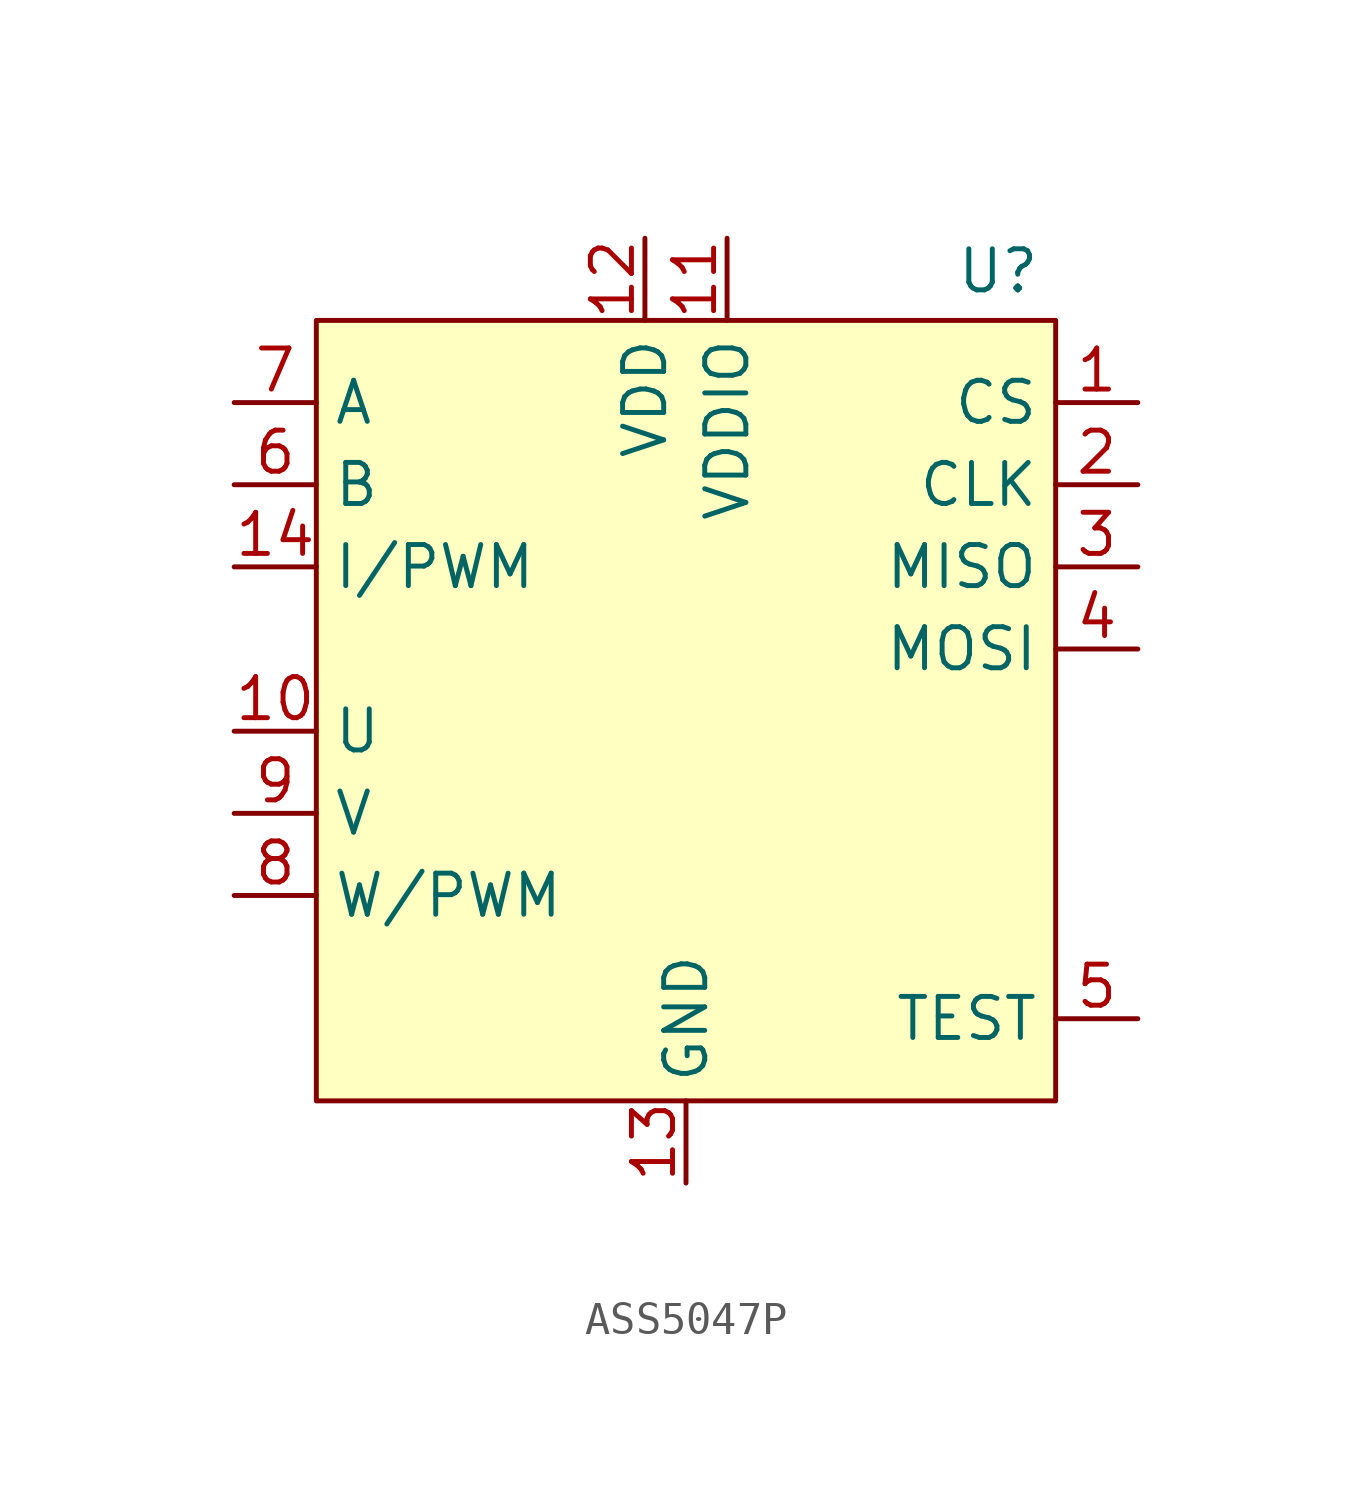
<source format=kicad_sym>
(kicad_symbol_lib
  (version 20231120)
  (generator "kicad_symbol_editor")
  (generator_version "8.0")
  (symbol "ASS5047P"
    (property "Reference" "U"
      (at 9.652 0.254 0)
      (effects (font (size 1.27 1.27))))
    (property "Value" ""
      (at 0 0 0)
      (effects (font (size 1.27 1.27))))
    (symbol "ASS5047P_1_1"
      (rectangle (start -11.43 -1.27) (end 11.43 -25.4) (stroke (width 0) (type default)) (fill (type background)))
      (pin input line (at 13.97 -3.81 180) (length 2.54) (name "CS" (effects (font (size 1.27 1.27)))) (number "1" (effects (font (size 1.27 1.27)))))
      (pin bidirectional line (at -13.97 -13.97 0) (length 2.54) (name "U" (effects (font (size 1.27 1.27)))) (number "10" (effects (font (size 1.27 1.27)))))
      (pin power_in line (at 1.27 1.27 270) (length 2.54) (name "VDDIO" (effects (font (size 1.27 1.27)))) (number "11" (effects (font (size 1.27 1.27)))))
      (pin power_in line (at -1.27 1.27 270) (length 2.54) (name "VDD" (effects (font (size 1.27 1.27)))) (number "12" (effects (font (size 1.27 1.27)))))
      (pin passive line (at 0 -27.94 90) (length 2.54) (name "GND" (effects (font (size 1.27 1.27)))) (number "13" (effects (font (size 1.27 1.27)))))
      (pin output line (at -13.97 -8.89 0) (length 2.54) (name "I/PWM" (effects (font (size 1.27 1.27)))) (number "14" (effects (font (size 1.27 1.27)))))
      (pin bidirectional line (at 13.97 -6.35 180) (length 2.54) (name "CLK" (effects (font (size 1.27 1.27)))) (number "2" (effects (font (size 1.27 1.27)))))
      (pin input line (at 13.97 -8.89 180) (length 2.54) (name "MISO" (effects (font (size 1.27 1.27)))) (number "3" (effects (font (size 1.27 1.27)))))
      (pin output line (at 13.97 -11.43 180) (length 2.54) (name "MOSI" (effects (font (size 1.27 1.27)))) (number "4" (effects (font (size 1.27 1.27)))))
      (pin output line (at 13.97 -22.86 180) (length 2.54) (name "TEST" (effects (font (size 1.27 1.27)))) (number "5" (effects (font (size 1.27 1.27)))))
      (pin bidirectional line (at -13.97 -6.35 0) (length 2.54) (name "B" (effects (font (size 1.27 1.27)))) (number "6" (effects (font (size 1.27 1.27)))))
      (pin bidirectional line (at -13.97 -3.81 0) (length 2.54) (name "A" (effects (font (size 1.27 1.27)))) (number "7" (effects (font (size 1.27 1.27)))))
      (pin output line (at -13.97 -19.05 0) (length 2.54) (name "W/PWM" (effects (font (size 1.27 1.27)))) (number "8" (effects (font (size 1.27 1.27)))))
      (pin bidirectional line (at -13.97 -16.51 0) (length 2.54) (name "V" (effects (font (size 1.27 1.27)))) (number "9" (effects (font (size 1.27 1.27))))))))
</source>
